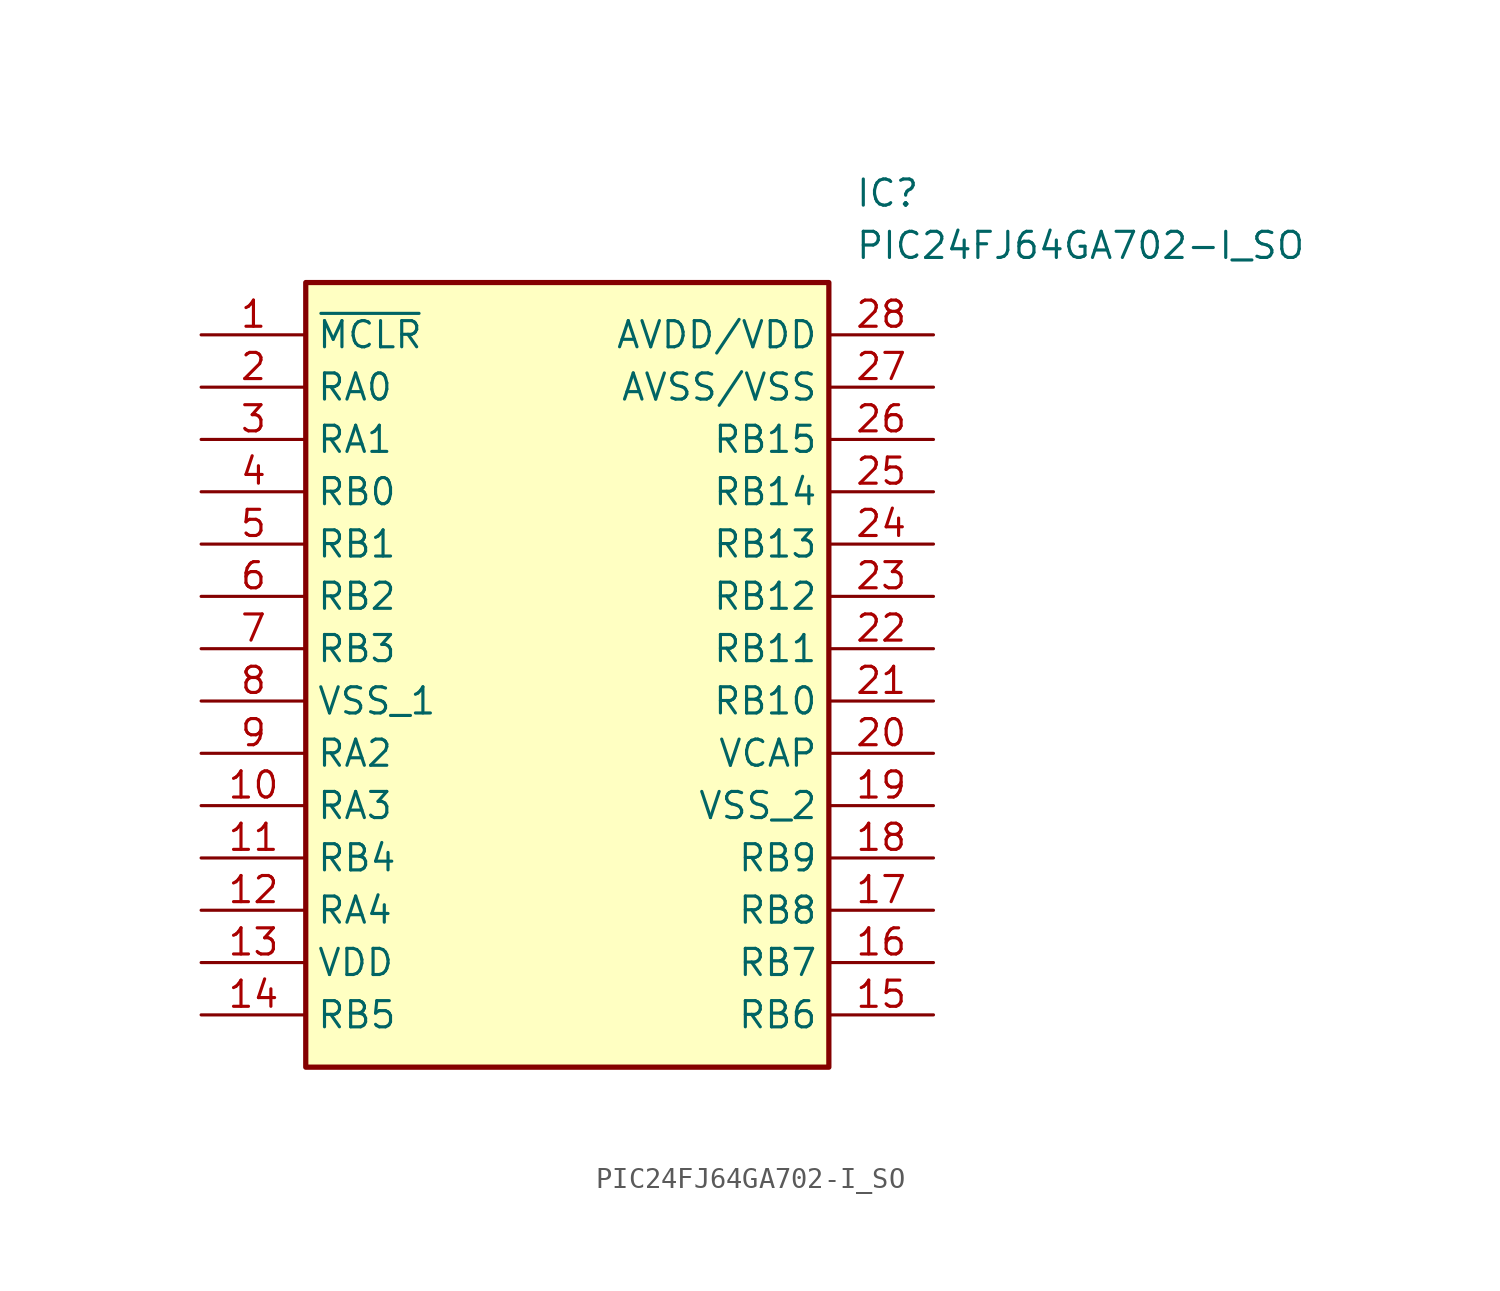
<source format=kicad_sym>
(kicad_symbol_lib
  (version 20211014)
  (generator SamacSys_ECAD_Model)
  (symbol "PIC24FJ64GA702-I_SO"
    (property "Reference" "IC"
      (at 31.75 7.62 0)
      (effects (font (size 1.27 1.27)) (justify left top)))
    (property "Value" "PIC24FJ64GA702-I_SO"
      (at 31.75 5.08 0)
      (effects (font (size 1.27 1.27)) (justify left top)))
    (rectangle
      (start 5.08 2.54)
      (end 30.48 -35.56)
      (stroke (width 0.254) (type default))
      (fill (type background)))
    (pin passive line
      (at 0 0 0)
      (length 5.08)
      (name "~{MCLR}" (effects (font (size 1.27 1.27))))
      (number "1" (effects (font (size 1.27 1.27)))))
    (pin passive line
      (at 0 -2.54 0)
      (length 5.08)
      (name "RA0" (effects (font (size 1.27 1.27))))
      (number "2" (effects (font (size 1.27 1.27)))))
    (pin passive line
      (at 0 -5.08 0)
      (length 5.08)
      (name "RA1" (effects (font (size 1.27 1.27))))
      (number "3" (effects (font (size 1.27 1.27)))))
    (pin passive line
      (at 0 -7.62 0)
      (length 5.08)
      (name "RB0" (effects (font (size 1.27 1.27))))
      (number "4" (effects (font (size 1.27 1.27)))))
    (pin passive line
      (at 0 -10.16 0)
      (length 5.08)
      (name "RB1" (effects (font (size 1.27 1.27))))
      (number "5" (effects (font (size 1.27 1.27)))))
    (pin passive line
      (at 0 -12.7 0)
      (length 5.08)
      (name "RB2" (effects (font (size 1.27 1.27))))
      (number "6" (effects (font (size 1.27 1.27)))))
    (pin passive line
      (at 0 -15.24 0)
      (length 5.08)
      (name "RB3" (effects (font (size 1.27 1.27))))
      (number "7" (effects (font (size 1.27 1.27)))))
    (pin passive line
      (at 0 -17.78 0)
      (length 5.08)
      (name "VSS_1" (effects (font (size 1.27 1.27))))
      (number "8" (effects (font (size 1.27 1.27)))))
    (pin passive line
      (at 0 -20.32 0)
      (length 5.08)
      (name "RA2" (effects (font (size 1.27 1.27))))
      (number "9" (effects (font (size 1.27 1.27)))))
    (pin passive line
      (at 0 -22.86 0)
      (length 5.08)
      (name "RA3" (effects (font (size 1.27 1.27))))
      (number "10" (effects (font (size 1.27 1.27)))))
    (pin passive line
      (at 0 -25.4 0)
      (length 5.08)
      (name "RB4" (effects (font (size 1.27 1.27))))
      (number "11" (effects (font (size 1.27 1.27)))))
    (pin passive line
      (at 0 -27.94 0)
      (length 5.08)
      (name "RA4" (effects (font (size 1.27 1.27))))
      (number "12" (effects (font (size 1.27 1.27)))))
    (pin passive line
      (at 0 -30.48 0)
      (length 5.08)
      (name "VDD" (effects (font (size 1.27 1.27))))
      (number "13" (effects (font (size 1.27 1.27)))))
    (pin passive line
      (at 0 -33.02 0)
      (length 5.08)
      (name "RB5" (effects (font (size 1.27 1.27))))
      (number "14" (effects (font (size 1.27 1.27)))))
    (pin passive line
      (at 35.56 0 180)
      (length 5.08)
      (name "AVDD/VDD" (effects (font (size 1.27 1.27))))
      (number "28" (effects (font (size 1.27 1.27)))))
    (pin passive line
      (at 35.56 -2.54 180)
      (length 5.08)
      (name "AVSS/VSS" (effects (font (size 1.27 1.27))))
      (number "27" (effects (font (size 1.27 1.27)))))
    (pin passive line
      (at 35.56 -5.08 180)
      (length 5.08)
      (name "RB15" (effects (font (size 1.27 1.27))))
      (number "26" (effects (font (size 1.27 1.27)))))
    (pin passive line
      (at 35.56 -7.62 180)
      (length 5.08)
      (name "RB14" (effects (font (size 1.27 1.27))))
      (number "25" (effects (font (size 1.27 1.27)))))
    (pin passive line
      (at 35.56 -10.16 180)
      (length 5.08)
      (name "RB13" (effects (font (size 1.27 1.27))))
      (number "24" (effects (font (size 1.27 1.27)))))
    (pin passive line
      (at 35.56 -12.7 180)
      (length 5.08)
      (name "RB12" (effects (font (size 1.27 1.27))))
      (number "23" (effects (font (size 1.27 1.27)))))
    (pin passive line
      (at 35.56 -15.24 180)
      (length 5.08)
      (name "RB11" (effects (font (size 1.27 1.27))))
      (number "22" (effects (font (size 1.27 1.27)))))
    (pin passive line
      (at 35.56 -17.78 180)
      (length 5.08)
      (name "RB10" (effects (font (size 1.27 1.27))))
      (number "21" (effects (font (size 1.27 1.27)))))
    (pin passive line
      (at 35.56 -20.32 180)
      (length 5.08)
      (name "VCAP" (effects (font (size 1.27 1.27))))
      (number "20" (effects (font (size 1.27 1.27)))))
    (pin passive line
      (at 35.56 -22.86 180)
      (length 5.08)
      (name "VSS_2" (effects (font (size 1.27 1.27))))
      (number "19" (effects (font (size 1.27 1.27)))))
    (pin passive line
      (at 35.56 -25.4 180)
      (length 5.08)
      (name "RB9" (effects (font (size 1.27 1.27))))
      (number "18" (effects (font (size 1.27 1.27)))))
    (pin passive line
      (at 35.56 -27.94 180)
      (length 5.08)
      (name "RB8" (effects (font (size 1.27 1.27))))
      (number "17" (effects (font (size 1.27 1.27)))))
    (pin passive line
      (at 35.56 -30.48 180)
      (length 5.08)
      (name "RB7" (effects (font (size 1.27 1.27))))
      (number "16" (effects (font (size 1.27 1.27)))))
    (pin passive line
      (at 35.56 -33.02 180)
      (length 5.08)
      (name "RB6" (effects (font (size 1.27 1.27))))
      (number "15" (effects (font (size 1.27 1.27)))))))
</source>
